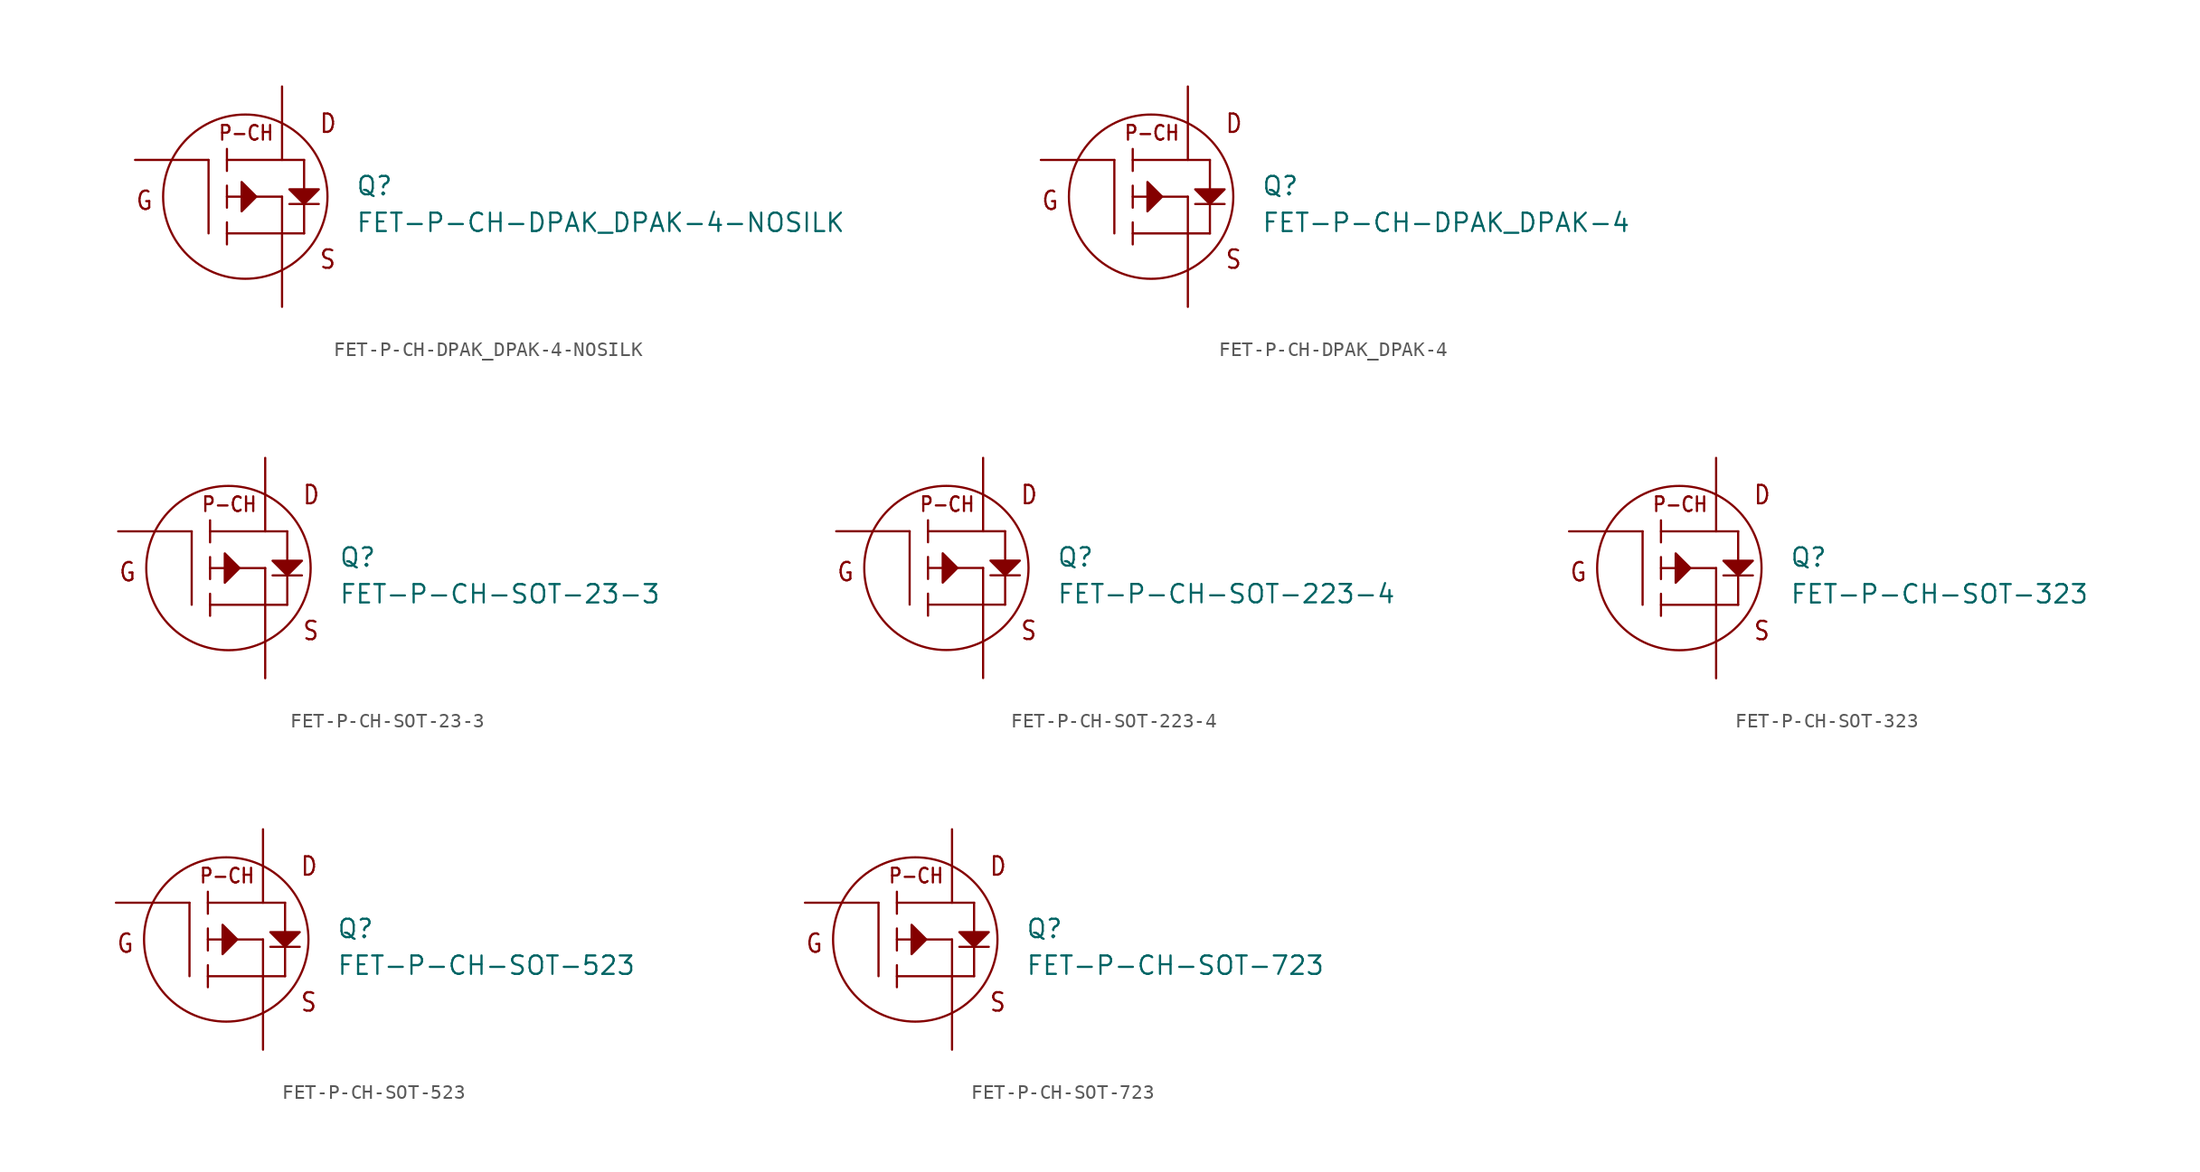
<source format=kicad_sym>
(kicad_symbol_lib
  (version 20211014)
  (generator kicad_symbol_editor)
  (symbol "FET-P-CH-DPAK_DPAK-4-NOSILK"
    (pin_numbers hide)
    (pin_names hide)
    (property "Reference" "Q"
      (at 7.62 0 0)
      (effects (font (size 1.27 1.27)) (justify left bottom)))
    (property "Value" "FET-P-CH-DPAK_DPAK-4-NOSILK"
      (at 7.62 -2.54 0)
      (effects (font (size 1.27 1.27)) (justify left bottom)))
    (property "Datasheet" ""
      (at 0 0 0))
    (property "ki_fp_filters" "FlashPCB_Transistors:DPAK_TO-252-4_NOSILK"
      (at 0 0 0))
    (symbol "FET-P-CH-DPAK_DPAK-4-NOSILK_1_1"
      (text "G" (at -7.62 -1.016 0) (effects (font (size 1.27 1.086)) (justify left bottom)))
      (text "D" (at 5.08 4.318 0) (effects (font (size 1.27 1.086)) (justify left bottom)))
      (text "S" (at 5.08 -5.08 0) (effects (font (size 1.27 1.086)) (justify left bottom)))
      (text "P-CH" (at -1.905 3.81 0) (effects (font (size 1.016 0.869)) (justify left bottom)))
      (polyline (pts (xy 0.762 0) (xy -0.254 1.016) (xy -0.254 -1.016) (xy 0.762 0)) (stroke (width 0.152) (type default)) (fill (type outline)))
      (polyline (pts (xy 3.048 0.508) (xy 5.08 0.508) (xy 4.064 -0.508) (xy 3.048 0.508)) (stroke (width 0.152) (type default)) (fill (type outline)))
      (polyline (pts (xy -2.54 -2.54) (xy -2.54 2.54)) (stroke (width 0.152)) (fill (type none)))
      (polyline (pts (xy 4.064 -2.54) (xy 2.54 -2.54)) (stroke (width 0.152)) (fill (type none)))
      (polyline (pts (xy 2.54 -2.54) (xy -1.27 -2.54)) (stroke (width 0.152)) (fill (type none)))
      (polyline (pts (xy 2.54 0) (xy -1.27 0)) (stroke (width 0.152)) (fill (type none)))
      (polyline (pts (xy 4.064 2.54) (xy -1.27 2.54)) (stroke (width 0.152)) (fill (type none)))
      (polyline (pts (xy -1.27 3.302) (xy -1.27 1.778)) (stroke (width 0.152)) (fill (type none)))
      (polyline (pts (xy -1.27 0.762) (xy -1.27 -0.762)) (stroke (width 0.152)) (fill (type none)))
      (polyline (pts (xy -1.27 -1.778) (xy -1.27 -3.302)) (stroke (width 0.152)) (fill (type none)))
      (polyline (pts (xy 4.064 -2.54) (xy 4.064 2.54)) (stroke (width 0.152)) (fill (type none)))
      (polyline (pts (xy 3.048 -0.508) (xy 5.08 -0.508)) (stroke (width 0.152)) (fill (type none)))
      (polyline (pts (xy 2.54 0) (xy 2.54 -2.54)) (stroke (width 0.152)) (fill (type none)))
      (circle (center 0 0) (radius 5.68) (stroke (width 0.152) (type default)) (fill (type none)))
      (pin bidirectional line (at -7.62 2.54 0) (length 5.08) (name "GATE" (effects (font (size 0 0)))) (number "1" (effects (font (size 0 0)))))
      (pin bidirectional line (at 2.54 -7.62 90) (length 5.08) (name "SOURCE" (effects (font (size 0 0)))) (number "3" (effects (font (size 0 0)))))
      (pin bidirectional line (at 2.54 7.62 270) (length 5.08) (name "DRAIN" (effects (font (size 0 0)))) (number "2" (effects (font (size 0 0)))))
      (pin bidirectional line (at 2.54 7.62 270) (length 5.08) hide (name "DRAIN" (effects (font (size 0 0)))) (number "4" (effects (font (size 0 0)))))))
  (symbol "FET-P-CH-DPAK_DPAK-4"
    (pin_numbers hide)
    (pin_names hide)
    (property "Reference" "Q"
      (at 7.62 0 0)
      (effects (font (size 1.27 1.27)) (justify left bottom)))
    (property "Value" "FET-P-CH-DPAK_DPAK-4"
      (at 7.62 -2.54 0)
      (effects (font (size 1.27 1.27)) (justify left bottom)))
    (property "Datasheet" ""
      (at 0 0 0))
    (property "ki_fp_filters" "FlashPCB_Transistors:DPAK_TO-252-4"
      (at 0 0 0))
    (symbol "FET-P-CH-DPAK_DPAK-4_1_1"
      (text "G" (at -7.62 -1.016 0) (effects (font (size 1.27 1.086)) (justify left bottom)))
      (text "D" (at 5.08 4.318 0) (effects (font (size 1.27 1.086)) (justify left bottom)))
      (text "S" (at 5.08 -5.08 0) (effects (font (size 1.27 1.086)) (justify left bottom)))
      (text "P-CH" (at -1.905 3.81 0) (effects (font (size 1.016 0.869)) (justify left bottom)))
      (polyline (pts (xy 0.762 0) (xy -0.254 1.016) (xy -0.254 -1.016) (xy 0.762 0)) (stroke (width 0.152) (type default)) (fill (type outline)))
      (polyline (pts (xy 3.048 0.508) (xy 5.08 0.508) (xy 4.064 -0.508) (xy 3.048 0.508)) (stroke (width 0.152) (type default)) (fill (type outline)))
      (polyline (pts (xy -2.54 -2.54) (xy -2.54 2.54)) (stroke (width 0.152)) (fill (type none)))
      (polyline (pts (xy 4.064 -2.54) (xy 2.54 -2.54)) (stroke (width 0.152)) (fill (type none)))
      (polyline (pts (xy 2.54 -2.54) (xy -1.27 -2.54)) (stroke (width 0.152)) (fill (type none)))
      (polyline (pts (xy 2.54 0) (xy -1.27 0)) (stroke (width 0.152)) (fill (type none)))
      (polyline (pts (xy 4.064 2.54) (xy -1.27 2.54)) (stroke (width 0.152)) (fill (type none)))
      (polyline (pts (xy -1.27 3.302) (xy -1.27 1.778)) (stroke (width 0.152)) (fill (type none)))
      (polyline (pts (xy -1.27 0.762) (xy -1.27 -0.762)) (stroke (width 0.152)) (fill (type none)))
      (polyline (pts (xy -1.27 -1.778) (xy -1.27 -3.302)) (stroke (width 0.152)) (fill (type none)))
      (polyline (pts (xy 4.064 -2.54) (xy 4.064 2.54)) (stroke (width 0.152)) (fill (type none)))
      (polyline (pts (xy 3.048 -0.508) (xy 5.08 -0.508)) (stroke (width 0.152)) (fill (type none)))
      (polyline (pts (xy 2.54 0) (xy 2.54 -2.54)) (stroke (width 0.152)) (fill (type none)))
      (circle (center 0 0) (radius 5.68) (stroke (width 0.152) (type default)) (fill (type none)))
      (pin bidirectional line (at -7.62 2.54 0) (length 5.08) (name "GATE" (effects (font (size 0 0)))) (number "1" (effects (font (size 0 0)))))
      (pin bidirectional line (at 2.54 -7.62 90) (length 5.08) (name "SOURCE" (effects (font (size 0 0)))) (number "3" (effects (font (size 0 0)))))
      (pin bidirectional line (at 2.54 7.62 270) (length 5.08) (name "DRAIN" (effects (font (size 0 0)))) (number "2" (effects (font (size 0 0)))))
      (pin bidirectional line (at 2.54 7.62 270) (length 5.08) hide (name "DRAIN" (effects (font (size 0 0)))) (number "4" (effects (font (size 0 0)))))))
  (symbol "FET-P-CH-SOT-23-3"
    (pin_numbers hide)
    (pin_names hide)
    (property "Reference" "Q"
      (at 7.62 0 0)
      (effects (font (size 1.27 1.27)) (justify left bottom)))
    (property "Value" "FET-P-CH-SOT-23-3"
      (at 7.62 -2.54 0)
      (effects (font (size 1.27 1.27)) (justify left bottom)))
    (property "Datasheet" ""
      (at 0 0 0))
    (property "ki_fp_filters" "FlashPCB_Transistors:SOT-23-3 FlashPCB_Transistors:SOT-23-3_NOSILK"
      (at 0 0 0))
    (symbol "FET-P-CH-SOT-23-3_1_1"
      (text "G" (at -7.62 -1.016 0) (effects (font (size 1.27 1.086)) (justify left bottom)))
      (text "D" (at 5.08 4.318 0) (effects (font (size 1.27 1.086)) (justify left bottom)))
      (text "S" (at 5.08 -5.08 0) (effects (font (size 1.27 1.086)) (justify left bottom)))
      (text "P-CH" (at -1.905 3.81 0) (effects (font (size 1.016 0.869)) (justify left bottom)))
      (polyline (pts (xy 0.762 0) (xy -0.254 1.016) (xy -0.254 -1.016) (xy 0.762 0)) (stroke (width 0.152) (type default)) (fill (type outline)))
      (polyline (pts (xy 3.048 0.508) (xy 5.08 0.508) (xy 4.064 -0.508) (xy 3.048 0.508)) (stroke (width 0.152) (type default)) (fill (type outline)))
      (polyline (pts (xy -2.54 -2.54) (xy -2.54 2.54)) (stroke (width 0.152)) (fill (type none)))
      (polyline (pts (xy 4.064 -2.54) (xy 2.54 -2.54)) (stroke (width 0.152)) (fill (type none)))
      (polyline (pts (xy 2.54 -2.54) (xy -1.27 -2.54)) (stroke (width 0.152)) (fill (type none)))
      (polyline (pts (xy 2.54 0) (xy -1.27 0)) (stroke (width 0.152)) (fill (type none)))
      (polyline (pts (xy 4.064 2.54) (xy -1.27 2.54)) (stroke (width 0.152)) (fill (type none)))
      (polyline (pts (xy -1.27 3.302) (xy -1.27 1.778)) (stroke (width 0.152)) (fill (type none)))
      (polyline (pts (xy -1.27 0.762) (xy -1.27 -0.762)) (stroke (width 0.152)) (fill (type none)))
      (polyline (pts (xy -1.27 -1.778) (xy -1.27 -3.302)) (stroke (width 0.152)) (fill (type none)))
      (polyline (pts (xy 4.064 -2.54) (xy 4.064 2.54)) (stroke (width 0.152)) (fill (type none)))
      (polyline (pts (xy 3.048 -0.508) (xy 5.08 -0.508)) (stroke (width 0.152)) (fill (type none)))
      (polyline (pts (xy 2.54 0) (xy 2.54 -2.54)) (stroke (width 0.152)) (fill (type none)))
      (circle (center 0 0) (radius 5.68) (stroke (width 0.152) (type default)) (fill (type none)))
      (pin bidirectional line (at -7.62 2.54 0) (length 5.08) (name "GATE" (effects (font (size 0 0)))) (number "1" (effects (font (size 0 0)))))
      (pin bidirectional line (at 2.54 -7.62 90) (length 5.08) (name "SOURCE" (effects (font (size 0 0)))) (number "2" (effects (font (size 0 0)))))
      (pin bidirectional line (at 2.54 7.62 270) (length 5.08) (name "DRAIN" (effects (font (size 0 0)))) (number "3" (effects (font (size 0 0)))))))
  (symbol "FET-P-CH-SOT-223-4"
    (pin_numbers hide)
    (pin_names hide)
    (property "Reference" "Q"
      (at 7.62 0 0)
      (effects (font (size 1.27 1.27)) (justify left bottom)))
    (property "Value" "FET-P-CH-SOT-223-4"
      (at 7.62 -2.54 0)
      (effects (font (size 1.27 1.27)) (justify left bottom)))
    (property "Datasheet" ""
      (at 0 0 0))
    (property "ki_fp_filters" "FlashPCB_Transistors:SOT-223-4 FlashPCB_Transistors:SOT-223-4_NOSILK"
      (at 0 0 0))
    (symbol "FET-P-CH-SOT-223-4_1_1"
      (text "G" (at -7.62 -1.016 0) (effects (font (size 1.27 1.086)) (justify left bottom)))
      (text "D" (at 5.08 4.318 0) (effects (font (size 1.27 1.086)) (justify left bottom)))
      (text "S" (at 5.08 -5.08 0) (effects (font (size 1.27 1.086)) (justify left bottom)))
      (text "P-CH" (at -1.905 3.81 0) (effects (font (size 1.016 0.869)) (justify left bottom)))
      (polyline (pts (xy 0.762 0) (xy -0.254 1.016) (xy -0.254 -1.016) (xy 0.762 0)) (stroke (width 0.152) (type default)) (fill (type outline)))
      (polyline (pts (xy 3.048 0.508) (xy 5.08 0.508) (xy 4.064 -0.508) (xy 3.048 0.508)) (stroke (width 0.152) (type default)) (fill (type outline)))
      (polyline (pts (xy -2.54 -2.54) (xy -2.54 2.54)) (stroke (width 0.152)) (fill (type none)))
      (polyline (pts (xy 4.064 -2.54) (xy 2.54 -2.54)) (stroke (width 0.152)) (fill (type none)))
      (polyline (pts (xy 2.54 -2.54) (xy -1.27 -2.54)) (stroke (width 0.152)) (fill (type none)))
      (polyline (pts (xy 2.54 0) (xy -1.27 0)) (stroke (width 0.152)) (fill (type none)))
      (polyline (pts (xy 4.064 2.54) (xy -1.27 2.54)) (stroke (width 0.152)) (fill (type none)))
      (polyline (pts (xy -1.27 3.302) (xy -1.27 1.778)) (stroke (width 0.152)) (fill (type none)))
      (polyline (pts (xy -1.27 0.762) (xy -1.27 -0.762)) (stroke (width 0.152)) (fill (type none)))
      (polyline (pts (xy -1.27 -1.778) (xy -1.27 -3.302)) (stroke (width 0.152)) (fill (type none)))
      (polyline (pts (xy 4.064 -2.54) (xy 4.064 2.54)) (stroke (width 0.152)) (fill (type none)))
      (polyline (pts (xy 3.048 -0.508) (xy 5.08 -0.508)) (stroke (width 0.152)) (fill (type none)))
      (polyline (pts (xy 2.54 0) (xy 2.54 -2.54)) (stroke (width 0.152)) (fill (type none)))
      (circle (center 0 0) (radius 5.68) (stroke (width 0.152) (type default)) (fill (type none)))
      (pin bidirectional line (at -7.62 2.54 0) (length 5.08) (name "GATE" (effects (font (size 0 0)))) (number "1" (effects (font (size 0 0)))))
      (pin bidirectional line (at 2.54 -7.62 90) (length 5.08) (name "SOURCE" (effects (font (size 0 0)))) (number "3" (effects (font (size 0 0)))))
      (pin bidirectional line (at 2.54 7.62 270) (length 5.08) (name "DRAIN" (effects (font (size 0 0)))) (number "2" (effects (font (size 0 0)))))
      (pin bidirectional line (at 2.54 7.62 270) (length 5.08) hide (name "DRAIN" (effects (font (size 0 0)))) (number "4" (effects (font (size 0 0)))))))
  (symbol "FET-P-CH-SOT-323"
    (pin_numbers hide)
    (pin_names hide)
    (property "Reference" "Q"
      (at 7.62 0 0)
      (effects (font (size 1.27 1.27)) (justify left bottom)))
    (property "Value" "FET-P-CH-SOT-323"
      (at 7.62 -2.54 0)
      (effects (font (size 1.27 1.27)) (justify left bottom)))
    (property "Datasheet" ""
      (at 0 0 0))
    (property "ki_fp_filters" "FlashPCB_Transistors:SOT-323 FlashPCB_Transistors:SOT-323_NOSILK"
      (at 0 0 0))
    (symbol "FET-P-CH-SOT-323_1_1"
      (text "G" (at -7.62 -1.016 0) (effects (font (size 1.27 1.086)) (justify left bottom)))
      (text "D" (at 5.08 4.318 0) (effects (font (size 1.27 1.086)) (justify left bottom)))
      (text "S" (at 5.08 -5.08 0) (effects (font (size 1.27 1.086)) (justify left bottom)))
      (text "P-CH" (at -1.905 3.81 0) (effects (font (size 1.016 0.869)) (justify left bottom)))
      (polyline (pts (xy 0.762 0) (xy -0.254 1.016) (xy -0.254 -1.016) (xy 0.762 0)) (stroke (width 0.152) (type default)) (fill (type outline)))
      (polyline (pts (xy 3.048 0.508) (xy 5.08 0.508) (xy 4.064 -0.508) (xy 3.048 0.508)) (stroke (width 0.152) (type default)) (fill (type outline)))
      (polyline (pts (xy -2.54 -2.54) (xy -2.54 2.54)) (stroke (width 0.152)) (fill (type none)))
      (polyline (pts (xy 4.064 -2.54) (xy 2.54 -2.54)) (stroke (width 0.152)) (fill (type none)))
      (polyline (pts (xy 2.54 -2.54) (xy -1.27 -2.54)) (stroke (width 0.152)) (fill (type none)))
      (polyline (pts (xy 2.54 0) (xy -1.27 0)) (stroke (width 0.152)) (fill (type none)))
      (polyline (pts (xy 4.064 2.54) (xy -1.27 2.54)) (stroke (width 0.152)) (fill (type none)))
      (polyline (pts (xy -1.27 3.302) (xy -1.27 1.778)) (stroke (width 0.152)) (fill (type none)))
      (polyline (pts (xy -1.27 0.762) (xy -1.27 -0.762)) (stroke (width 0.152)) (fill (type none)))
      (polyline (pts (xy -1.27 -1.778) (xy -1.27 -3.302)) (stroke (width 0.152)) (fill (type none)))
      (polyline (pts (xy 4.064 -2.54) (xy 4.064 2.54)) (stroke (width 0.152)) (fill (type none)))
      (polyline (pts (xy 3.048 -0.508) (xy 5.08 -0.508)) (stroke (width 0.152)) (fill (type none)))
      (polyline (pts (xy 2.54 0) (xy 2.54 -2.54)) (stroke (width 0.152)) (fill (type none)))
      (circle (center 0 0) (radius 5.68) (stroke (width 0.152) (type default)) (fill (type none)))
      (pin bidirectional line (at -7.62 2.54 0) (length 5.08) (name "GATE" (effects (font (size 0 0)))) (number "1" (effects (font (size 0 0)))))
      (pin bidirectional line (at 2.54 -7.62 90) (length 5.08) (name "SOURCE" (effects (font (size 0 0)))) (number "2" (effects (font (size 0 0)))))
      (pin bidirectional line (at 2.54 7.62 270) (length 5.08) (name "DRAIN" (effects (font (size 0 0)))) (number "3" (effects (font (size 0 0)))))))
  (symbol "FET-P-CH-SOT-523"
    (pin_numbers hide)
    (pin_names hide)
    (property "Reference" "Q"
      (at 7.62 0 0)
      (effects (font (size 1.27 1.27)) (justify left bottom)))
    (property "Value" "FET-P-CH-SOT-523"
      (at 7.62 -2.54 0)
      (effects (font (size 1.27 1.27)) (justify left bottom)))
    (property "Datasheet" ""
      (at 0 0 0))
    (property "ki_fp_filters" "FlashPCB_Transistors:SOT-523 FlashPCB_Transistors:SOT-523_NOSILK"
      (at 0 0 0))
    (symbol "FET-P-CH-SOT-523_1_1"
      (text "G" (at -7.62 -1.016 0) (effects (font (size 1.27 1.086)) (justify left bottom)))
      (text "D" (at 5.08 4.318 0) (effects (font (size 1.27 1.086)) (justify left bottom)))
      (text "S" (at 5.08 -5.08 0) (effects (font (size 1.27 1.086)) (justify left bottom)))
      (text "P-CH" (at -1.905 3.81 0) (effects (font (size 1.016 0.869)) (justify left bottom)))
      (polyline (pts (xy 0.762 0) (xy -0.254 1.016) (xy -0.254 -1.016) (xy 0.762 0)) (stroke (width 0.152) (type default)) (fill (type outline)))
      (polyline (pts (xy 3.048 0.508) (xy 5.08 0.508) (xy 4.064 -0.508) (xy 3.048 0.508)) (stroke (width 0.152) (type default)) (fill (type outline)))
      (polyline (pts (xy -2.54 -2.54) (xy -2.54 2.54)) (stroke (width 0.152)) (fill (type none)))
      (polyline (pts (xy 4.064 -2.54) (xy 2.54 -2.54)) (stroke (width 0.152)) (fill (type none)))
      (polyline (pts (xy 2.54 -2.54) (xy -1.27 -2.54)) (stroke (width 0.152)) (fill (type none)))
      (polyline (pts (xy 2.54 0) (xy -1.27 0)) (stroke (width 0.152)) (fill (type none)))
      (polyline (pts (xy 4.064 2.54) (xy -1.27 2.54)) (stroke (width 0.152)) (fill (type none)))
      (polyline (pts (xy -1.27 3.302) (xy -1.27 1.778)) (stroke (width 0.152)) (fill (type none)))
      (polyline (pts (xy -1.27 0.762) (xy -1.27 -0.762)) (stroke (width 0.152)) (fill (type none)))
      (polyline (pts (xy -1.27 -1.778) (xy -1.27 -3.302)) (stroke (width 0.152)) (fill (type none)))
      (polyline (pts (xy 4.064 -2.54) (xy 4.064 2.54)) (stroke (width 0.152)) (fill (type none)))
      (polyline (pts (xy 3.048 -0.508) (xy 5.08 -0.508)) (stroke (width 0.152)) (fill (type none)))
      (polyline (pts (xy 2.54 0) (xy 2.54 -2.54)) (stroke (width 0.152)) (fill (type none)))
      (circle (center 0 0) (radius 5.68) (stroke (width 0.152) (type default)) (fill (type none)))
      (pin bidirectional line (at -7.62 2.54 0) (length 5.08) (name "GATE" (effects (font (size 0 0)))) (number "1" (effects (font (size 0 0)))))
      (pin bidirectional line (at 2.54 -7.62 90) (length 5.08) (name "SOURCE" (effects (font (size 0 0)))) (number "2" (effects (font (size 0 0)))))
      (pin bidirectional line (at 2.54 7.62 270) (length 5.08) (name "DRAIN" (effects (font (size 0 0)))) (number "3" (effects (font (size 0 0)))))))
  (symbol "FET-P-CH-SOT-723"
    (pin_numbers hide)
    (pin_names hide)
    (property "Reference" "Q"
      (at 7.62 0 0)
      (effects (font (size 1.27 1.27)) (justify left bottom)))
    (property "Value" "FET-P-CH-SOT-723"
      (at 7.62 -2.54 0)
      (effects (font (size 1.27 1.27)) (justify left bottom)))
    (property "Datasheet" ""
      (at 0 0 0))
    (property "ki_fp_filters" "FlashPCB_Transistors:SOT-723 FlashPCB_Transistors:SOT-723_NOSILK"
      (at 0 0 0))
    (symbol "FET-P-CH-SOT-723_1_1"
      (text "G" (at -7.62 -1.016 0) (effects (font (size 1.27 1.086)) (justify left bottom)))
      (text "D" (at 5.08 4.318 0) (effects (font (size 1.27 1.086)) (justify left bottom)))
      (text "S" (at 5.08 -5.08 0) (effects (font (size 1.27 1.086)) (justify left bottom)))
      (text "P-CH" (at -1.905 3.81 0) (effects (font (size 1.016 0.869)) (justify left bottom)))
      (polyline (pts (xy 0.762 0) (xy -0.254 1.016) (xy -0.254 -1.016) (xy 0.762 0)) (stroke (width 0.152) (type default)) (fill (type outline)))
      (polyline (pts (xy 3.048 0.508) (xy 5.08 0.508) (xy 4.064 -0.508) (xy 3.048 0.508)) (stroke (width 0.152) (type default)) (fill (type outline)))
      (polyline (pts (xy -2.54 -2.54) (xy -2.54 2.54)) (stroke (width 0.152)) (fill (type none)))
      (polyline (pts (xy 4.064 -2.54) (xy 2.54 -2.54)) (stroke (width 0.152)) (fill (type none)))
      (polyline (pts (xy 2.54 -2.54) (xy -1.27 -2.54)) (stroke (width 0.152)) (fill (type none)))
      (polyline (pts (xy 2.54 0) (xy -1.27 0)) (stroke (width 0.152)) (fill (type none)))
      (polyline (pts (xy 4.064 2.54) (xy -1.27 2.54)) (stroke (width 0.152)) (fill (type none)))
      (polyline (pts (xy -1.27 3.302) (xy -1.27 1.778)) (stroke (width 0.152)) (fill (type none)))
      (polyline (pts (xy -1.27 0.762) (xy -1.27 -0.762)) (stroke (width 0.152)) (fill (type none)))
      (polyline (pts (xy -1.27 -1.778) (xy -1.27 -3.302)) (stroke (width 0.152)) (fill (type none)))
      (polyline (pts (xy 4.064 -2.54) (xy 4.064 2.54)) (stroke (width 0.152)) (fill (type none)))
      (polyline (pts (xy 3.048 -0.508) (xy 5.08 -0.508)) (stroke (width 0.152)) (fill (type none)))
      (polyline (pts (xy 2.54 0) (xy 2.54 -2.54)) (stroke (width 0.152)) (fill (type none)))
      (circle (center 0 0) (radius 5.68) (stroke (width 0.152) (type default)) (fill (type none)))
      (pin bidirectional line (at -7.62 2.54 0) (length 5.08) (name "GATE" (effects (font (size 0 0)))) (number "1" (effects (font (size 0 0)))))
      (pin bidirectional line (at 2.54 -7.62 90) (length 5.08) (name "SOURCE" (effects (font (size 0 0)))) (number "2" (effects (font (size 0 0)))))
      (pin bidirectional line (at 2.54 7.62 270) (length 5.08) (name "DRAIN" (effects (font (size 0 0)))) (number "3" (effects (font (size 0 0))))))))
</source>
